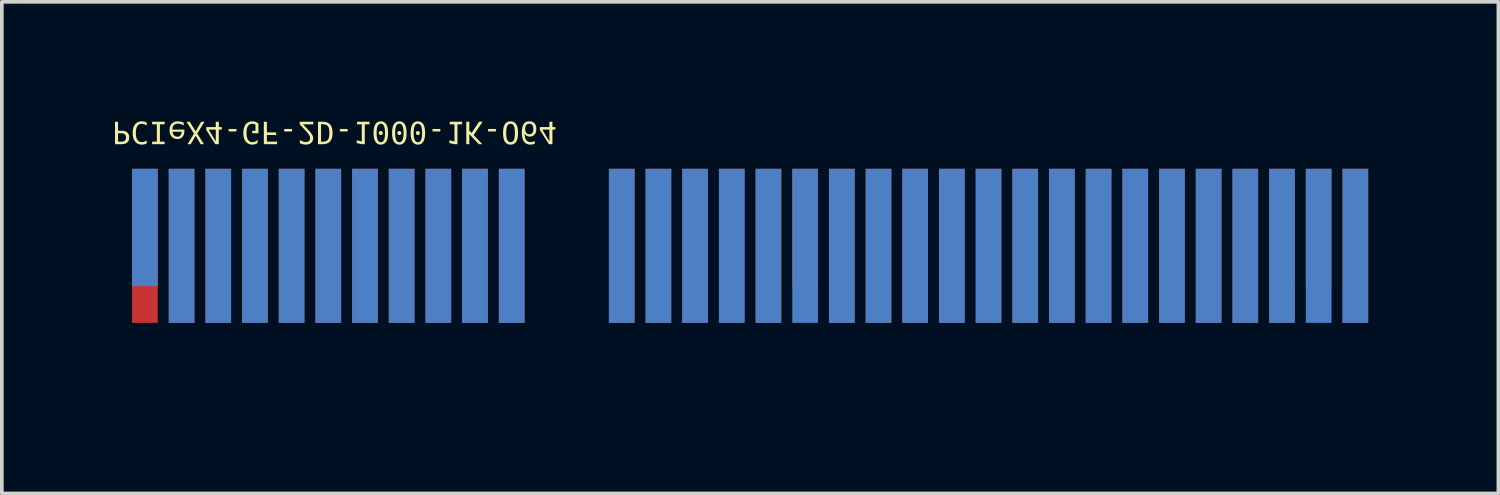
<source format=kicad_pcb>
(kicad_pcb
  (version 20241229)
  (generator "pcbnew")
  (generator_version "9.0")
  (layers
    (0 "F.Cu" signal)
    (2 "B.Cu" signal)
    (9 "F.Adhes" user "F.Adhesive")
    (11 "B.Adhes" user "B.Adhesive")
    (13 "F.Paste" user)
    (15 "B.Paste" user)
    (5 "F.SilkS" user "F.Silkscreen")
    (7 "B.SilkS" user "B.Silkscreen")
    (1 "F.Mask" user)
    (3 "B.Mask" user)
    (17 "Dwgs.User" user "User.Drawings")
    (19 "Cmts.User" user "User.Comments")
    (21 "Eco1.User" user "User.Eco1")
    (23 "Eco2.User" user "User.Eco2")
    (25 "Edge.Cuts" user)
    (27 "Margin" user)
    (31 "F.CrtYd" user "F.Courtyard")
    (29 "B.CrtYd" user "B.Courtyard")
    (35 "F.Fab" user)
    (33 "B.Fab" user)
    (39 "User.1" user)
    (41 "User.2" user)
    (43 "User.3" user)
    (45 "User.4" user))
  (footprint "PCIeX4-GF-2D-1000-1K-O64"
    (layer "F.Cu")
    (at 10.4 3.652)
    (property "Reference" "PCIeX4-GF-2D-1000-1K-O64" (at -10.395 -3.485 180) (unlocked yes) (layer "F.SilkS") (effects (font (face "Consolas") (size 0.6 0.6) (thickness 0.254)) (justify left bottom mirror)))
    (fp_rect (start -10.4 3.75) (end 24.4 -2.225) (stroke (width 0) (type default)) (fill yes) (layer "F.Mask"))
    (fp_rect (start -10.4 3.75) (end 24.4 -2.225) (stroke (width 0) (type default)) (fill yes) (layer "B.Mask"))
    (pad "A1" smd rect (at -9.5 -0.5) (size 0.7 3.2) (layers "B.Cu" "B.Mask"))
    (pad "A2" smd rect (at -8.5 0) (size 0.7 4.2) (layers "B.Cu" "B.Mask"))
    (pad "A3" smd rect (at -7.5 0) (size 0.7 4.2) (layers "B.Cu" "B.Mask"))
    (pad "A4" smd rect (at -6.5 0) (size 0.7 4.2) (layers "B.Cu" "B.Mask"))
    (pad "A5" smd rect (at -5.5 0) (size 0.7 4.2) (layers "B.Cu" "B.Mask"))
    (pad "A6" smd rect (at -4.5 0) (size 0.7 4.2) (layers "B.Cu" "B.Mask"))
    (pad "A7" smd rect (at -3.5 0) (size 0.7 4.2) (layers "B.Cu" "B.Mask"))
    (pad "A8" smd rect (at -2.5 0) (size 0.7 4.2) (layers "B.Cu" "B.Mask"))
    (pad "A9" smd rect (at -1.5 0) (size 0.7 4.2) (layers "B.Cu" "B.Mask"))
    (pad "A10" smd rect (at -0.5 0) (size 0.7 4.2) (layers "B.Cu" "B.Mask"))
    (pad "A11" smd rect (at 0.5 0) (size 0.7 4.2) (layers "B.Cu" "B.Mask"))
    (pad "A12" smd rect (at 3.5 0) (size 0.7 4.2) (layers "B.Cu" "B.Mask"))
    (pad "A13" smd rect (at 4.5 0) (size 0.7 4.2) (layers "B.Cu" "B.Mask"))
    (pad "A14" smd rect (at 5.5 0) (size 0.7 4.2) (layers "B.Cu" "B.Mask"))
    (pad "A15" smd rect (at 6.5 0) (size 0.7 4.2) (layers "B.Cu" "B.Mask"))
    (pad "A16" smd rect (at 7.5 0) (size 0.7 4.2) (layers "B.Cu" "B.Mask"))
    (pad "A17" smd rect (at 8.5 0) (size 0.7 4.2) (layers "B.Cu" "B.Mask"))
    (pad "A18" smd rect (at 9.5 0) (size 0.7 4.2) (layers "B.Cu" "B.Mask"))
    (pad "A19" smd rect (at 10.5 0) (size 0.7 4.2) (layers "B.Cu" "B.Mask"))
    (pad "A20" smd rect (at 11.5 0) (size 0.7 4.2) (layers "B.Cu" "B.Mask"))
    (pad "A21" smd rect (at 12.5 0) (size 0.7 4.2) (layers "B.Cu" "B.Mask"))
    (pad "A22" smd rect (at 13.5 0) (size 0.7 4.2) (layers "B.Cu" "B.Mask"))
    (pad "A23" smd rect (at 14.5 0) (size 0.7 4.2) (layers "B.Cu" "B.Mask"))
    (pad "A24" smd rect (at 15.5 0) (size 0.7 4.2) (layers "B.Cu" "B.Mask"))
    (pad "A25" smd rect (at 16.5 0) (size 0.7 4.2) (layers "B.Cu" "B.Mask"))
    (pad "A26" smd rect (at 17.5 0) (size 0.7 4.2) (layers "B.Cu" "B.Mask"))
    (pad "A27" smd rect (at 18.5 0) (size 0.7 4.2) (layers "B.Cu" "B.Mask"))
    (pad "A28" smd rect (at 19.5 0) (size 0.7 4.2) (layers "B.Cu" "B.Mask"))
    (pad "A29" smd rect (at 20.5 0) (size 0.7 4.2) (layers "B.Cu" "B.Mask"))
    (pad "A30" smd rect (at 21.5 0) (size 0.7 4.2) (layers "B.Cu" "B.Mask"))
    (pad "A31" smd rect (at 22.5 0) (size 0.7 4.2) (layers "B.Cu" "B.Mask"))
    (pad "A32" smd rect (at 23.5 0) (size 0.7 4.2) (layers "B.Cu" "B.Mask"))
    (pad "B1" smd rect (at -9.5 0) (size 0.7 4.2) (layers "F.Cu" "F.Mask"))
    (pad "B2" smd rect (at -8.5 0) (size 0.7 4.2) (layers "F.Cu" "F.Mask"))
    (pad "B3" smd rect (at -7.5 0) (size 0.7 4.2) (layers "F.Cu" "F.Mask"))
    (pad "B4" smd rect (at -6.5 0) (size 0.7 4.2) (layers "F.Cu" "F.Mask"))
    (pad "B5" smd rect (at -5.5 0) (size 0.7 4.2) (layers "F.Cu" "F.Mask"))
    (pad "B6" smd rect (at -4.5 0) (size 0.7 4.2) (layers "F.Cu" "F.Mask"))
    (pad "B7" smd rect (at -3.5 0) (size 0.7 4.2) (layers "F.Cu" "F.Mask"))
    (pad "B8" smd rect (at -2.5 0) (size 0.7 4.2) (layers "F.Cu" "F.Mask"))
    (pad "B9" smd rect (at -1.5 0) (size 0.7 4.2) (layers "F.Cu" "F.Mask"))
    (pad "B10" smd rect (at -0.5 0) (size 0.7 4.2) (layers "F.Cu" "F.Mask"))
    (pad "B11" smd rect (at 0.5 0) (size 0.7 4.2) (layers "F.Cu" "F.Mask"))
    (pad "B12" smd rect (at 3.5 0) (size 0.7 4.2) (layers "F.Cu" "F.Mask"))
    (pad "B13" smd rect (at 4.5 0) (size 0.7 4.2) (layers "F.Cu" "F.Mask"))
    (pad "B14" smd rect (at 5.5 0) (size 0.7 4.2) (layers "F.Cu" "F.Mask"))
    (pad "B15" smd rect (at 6.5 0) (size 0.7 4.2) (layers "F.Cu" "F.Mask"))
    (pad "B16" smd rect (at 7.5 0) (size 0.7 4.2) (layers "F.Cu" "F.Mask"))
    (pad "B17" smd rect (at 8.5 -0.5) (size 0.7 3.2) (layers "F.Cu" "F.Mask"))
    (pad "B18" smd rect (at 9.5 0) (size 0.7 4.2) (layers "F.Cu" "F.Mask"))
    (pad "B19" smd rect (at 10.5 0) (size 0.7 4.2) (layers "F.Cu" "F.Mask"))
    (pad "B20" smd rect (at 11.5 0) (size 0.7 4.2) (layers "F.Cu" "F.Mask"))
    (pad "B21" smd rect (at 12.5 0) (size 0.7 4.2) (layers "F.Cu" "F.Mask"))
    (pad "B22" smd rect (at 13.5 0) (size 0.7 4.2) (layers "F.Cu" "F.Mask"))
    (pad "B23" smd rect (at 14.5 0) (size 0.7 4.2) (layers "F.Cu" "F.Mask"))
    (pad "B24" smd rect (at 15.5 0) (size 0.7 4.2) (layers "F.Cu" "F.Mask"))
    (pad "B25" smd rect (at 16.5 0) (size 0.7 4.2) (layers "F.Cu" "F.Mask"))
    (pad "B26" smd rect (at 17.5 0) (size 0.7 4.2) (layers "F.Cu" "F.Mask"))
    (pad "B27" smd rect (at 18.5 0) (size 0.7 4.2) (layers "F.Cu" "F.Mask"))
    (pad "B28" smd rect (at 19.5 0) (size 0.7 4.2) (layers "F.Cu" "F.Mask"))
    (pad "B29" smd rect (at 20.5 0) (size 0.7 4.2) (layers "F.Cu" "F.Mask"))
    (pad "B30" smd rect (at 21.5 0) (size 0.7 4.2) (layers "F.Cu" "F.Mask"))
    (pad "B31" smd rect (at 22.5 -0.5) (size 0.7 3.2) (layers "F.Cu" "F.Mask"))
    (pad "B32" smd rect (at 23.5 0) (size 0.7 4.2) (layers "F.Cu" "F.Mask")))
  (gr_rect
    (start -3 -3)
    (end 37.8 10.402)
    (stroke (width 0.1) (type default))
    (fill no)
    (layer "Edge.Cuts")))
</source>
